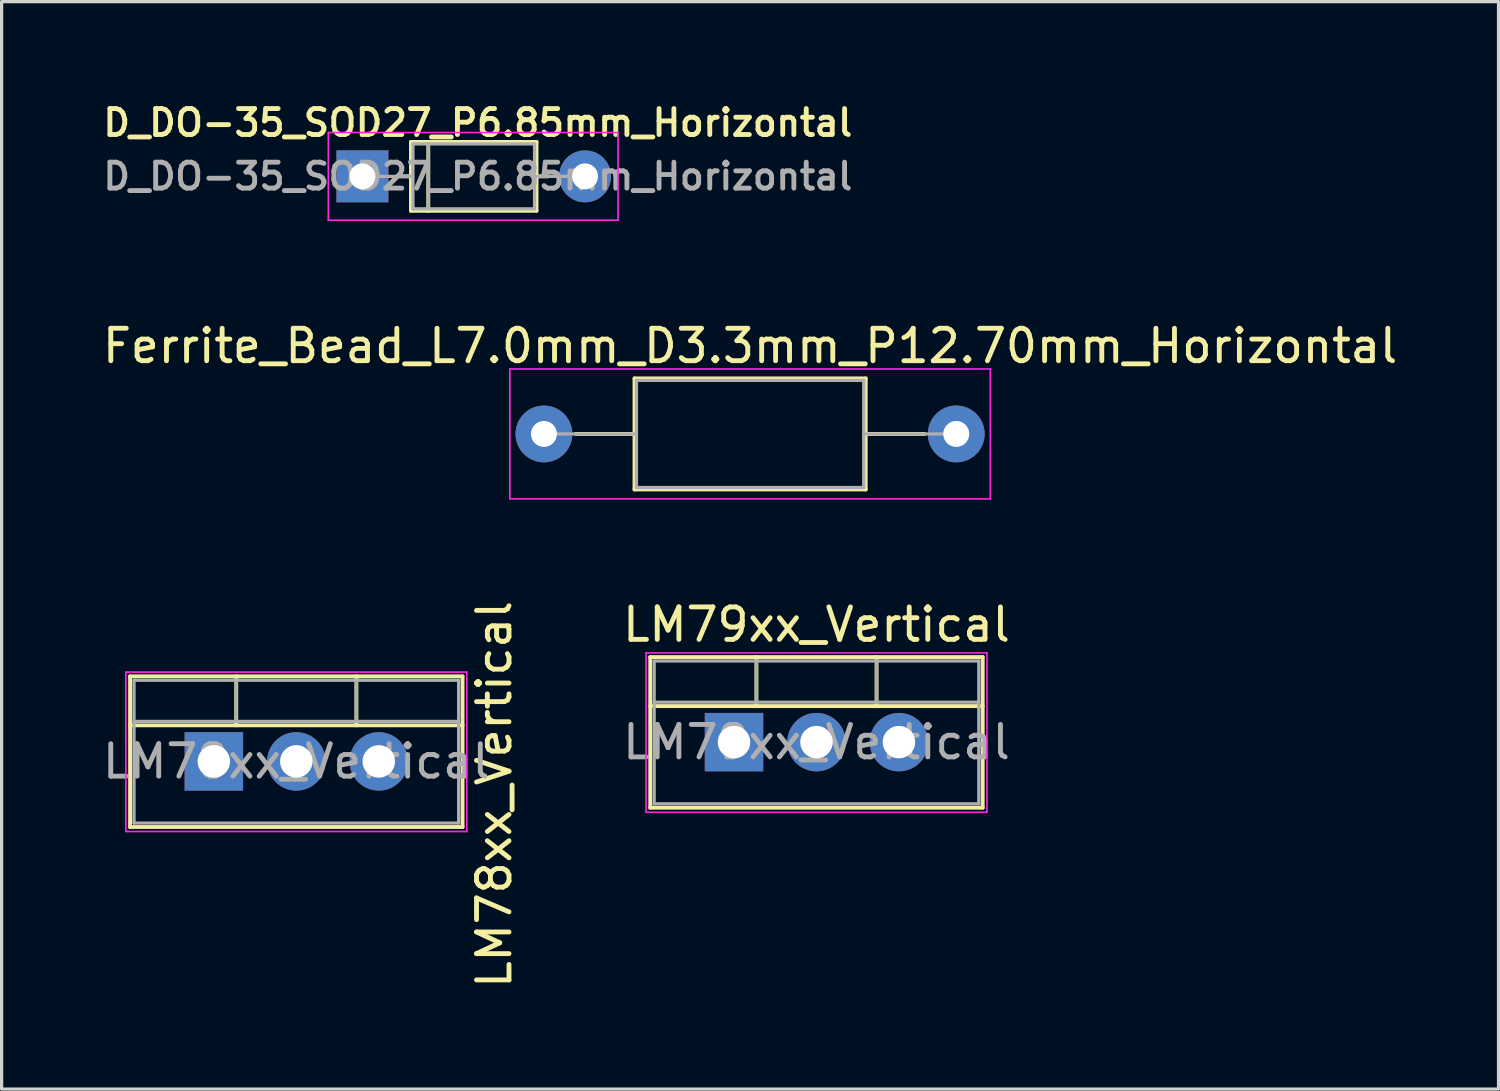
<source format=kicad_pcb>
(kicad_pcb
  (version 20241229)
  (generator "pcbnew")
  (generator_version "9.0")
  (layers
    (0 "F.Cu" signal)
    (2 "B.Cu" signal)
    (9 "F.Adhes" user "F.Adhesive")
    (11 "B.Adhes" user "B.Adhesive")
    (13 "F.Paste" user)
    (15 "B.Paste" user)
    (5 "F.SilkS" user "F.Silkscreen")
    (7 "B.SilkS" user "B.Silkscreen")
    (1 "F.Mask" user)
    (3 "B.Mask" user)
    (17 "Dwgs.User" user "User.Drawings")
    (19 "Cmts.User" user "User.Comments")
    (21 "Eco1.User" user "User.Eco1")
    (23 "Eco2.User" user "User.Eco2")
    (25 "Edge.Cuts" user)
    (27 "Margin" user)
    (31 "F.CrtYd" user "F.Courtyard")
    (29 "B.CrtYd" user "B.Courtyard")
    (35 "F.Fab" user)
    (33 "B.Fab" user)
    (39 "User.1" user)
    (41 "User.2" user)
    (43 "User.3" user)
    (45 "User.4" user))
  (footprint "LM79xx_Vertical"
    (layer "F.Cu")
    (at 19.559 19.809)
    (property "Reference" "LM79xx_Vertical" (at 2.54 -3.62 0) (layer "F.SilkS") (effects (font (size 1 1) (thickness 0.15))))
    (attr through_hole)
    (fp_line (start -2.58 -2.62) (end -2.58 2.021) (stroke (width 0.12) (type solid)) (layer "F.SilkS"))
    (fp_line (start -2.58 -2.62) (end 7.66 -2.62) (stroke (width 0.12) (type solid)) (layer "F.SilkS"))
    (fp_line (start -2.58 -1.11) (end 7.66 -1.11) (stroke (width 0.12) (type solid)) (layer "F.SilkS"))
    (fp_line (start -2.58 2.021) (end 7.66 2.021) (stroke (width 0.12) (type solid)) (layer "F.SilkS"))
    (fp_line (start 0.69 -2.62) (end 0.69 -1.11) (stroke (width 0.12) (type solid)) (layer "F.SilkS"))
    (fp_line (start 4.391 -2.62) (end 4.391 -1.11) (stroke (width 0.12) (type solid)) (layer "F.SilkS"))
    (fp_line (start 7.66 -2.62) (end 7.66 2.021) (stroke (width 0.12) (type solid)) (layer "F.SilkS"))
    (fp_line (start -2.71 -2.75) (end -2.71 2.16) (stroke (width 0.05) (type solid)) (layer "F.CrtYd"))
    (fp_line (start -2.71 2.16) (end 7.79 2.16) (stroke (width 0.05) (type solid)) (layer "F.CrtYd"))
    (fp_line (start 7.79 -2.75) (end -2.71 -2.75) (stroke (width 0.05) (type solid)) (layer "F.CrtYd"))
    (fp_line (start 7.79 2.16) (end 7.79 -2.75) (stroke (width 0.05) (type solid)) (layer "F.CrtYd"))
    (fp_line (start -2.46 -2.5) (end -2.46 1.9) (stroke (width 0.1) (type solid)) (layer "F.Fab"))
    (fp_line (start -2.46 -1.23) (end 7.54 -1.23) (stroke (width 0.1) (type solid)) (layer "F.Fab"))
    (fp_line (start -2.46 1.9) (end 7.54 1.9) (stroke (width 0.1) (type solid)) (layer "F.Fab"))
    (fp_line (start 0.69 -2.5) (end 0.69 -1.23) (stroke (width 0.1) (type solid)) (layer "F.Fab"))
    (fp_line (start 4.39 -2.5) (end 4.39 -1.23) (stroke (width 0.1) (type solid)) (layer "F.Fab"))
    (fp_line (start 7.54 -2.5) (end -2.46 -2.5) (stroke (width 0.1) (type solid)) (layer "F.Fab"))
    (fp_line (start 7.54 1.9) (end 7.54 -2.5) (stroke (width 0.1) (type solid)) (layer "F.Fab"))
    (fp_text user "${REFERENCE}" (at 2.54 0 0) (layer "F.Fab") (effects (font (size 1 1) (thickness 0.15))))
    (pad "GND" thru_hole rect (at 0 0) (size 1.8 1.8) (drill 1) (layers "*.Cu" "*.Mask"))
    (pad "VI" thru_hole oval (at 2.54 0) (size 1.8 1.8) (drill 1) (layers "*.Cu" "*.Mask"))
    (pad "VO" thru_hole oval (at 5.08 0) (size 1.8 1.8) (drill 1) (layers "*.Cu" "*.Mask")))
  (footprint "Ferrite_Bead_L7.0mm_D3.3mm_P12.70mm_Horizontal"
    (layer "F.Cu")
    (at 13.704 10.316)
    (property "Reference" "Ferrite_Bead_L7.0mm_D3.3mm_P12.70mm_Horizontal" (at 6.35 -2.71 0) (layer "F.SilkS") (effects (font (size 1 1) (thickness 0.15))))
    (attr through_hole)
    (fp_line (start 0.98 0) (end 2.79 0) (stroke (width 0.12) (type solid)) (layer "F.SilkS"))
    (fp_line (start 2.79 -1.71) (end 2.79 1.71) (stroke (width 0.12) (type solid)) (layer "F.SilkS"))
    (fp_line (start 2.79 1.71) (end 9.91 1.71) (stroke (width 0.12) (type solid)) (layer "F.SilkS"))
    (fp_line (start 9.91 -1.71) (end 2.79 -1.71) (stroke (width 0.12) (type solid)) (layer "F.SilkS"))
    (fp_line (start 9.91 1.71) (end 9.91 -1.71) (stroke (width 0.12) (type solid)) (layer "F.SilkS"))
    (fp_line (start 11.72 0) (end 9.91 0) (stroke (width 0.12) (type solid)) (layer "F.SilkS"))
    (fp_line (start -1.05 -2) (end -1.05 2) (stroke (width 0.05) (type solid)) (layer "F.CrtYd"))
    (fp_line (start -1.05 2) (end 13.75 2) (stroke (width 0.05) (type solid)) (layer "F.CrtYd"))
    (fp_line (start 13.75 -2) (end -1.05 -2) (stroke (width 0.05) (type solid)) (layer "F.CrtYd"))
    (fp_line (start 13.75 2) (end 13.75 -2) (stroke (width 0.05) (type solid)) (layer "F.CrtYd"))
    (fp_line (start 0 0) (end 2.85 0) (stroke (width 0.1) (type solid)) (layer "F.Fab"))
    (fp_line (start 2.85 -1.65) (end 2.85 1.65) (stroke (width 0.1) (type solid)) (layer "F.Fab"))
    (fp_line (start 2.85 1.65) (end 9.85 1.65) (stroke (width 0.1) (type solid)) (layer "F.Fab"))
    (fp_line (start 9.85 -1.65) (end 2.85 -1.65) (stroke (width 0.1) (type solid)) (layer "F.Fab"))
    (fp_line (start 9.85 1.65) (end 9.85 -1.65) (stroke (width 0.1) (type solid)) (layer "F.Fab"))
    (fp_line (start 12.7 0) (end 9.85 0) (stroke (width 0.1) (type solid)) (layer "F.Fab"))
    (pad "1" thru_hole circle (at 0 0) (size 1.75 1.75) (drill 0.8) (layers "*.Cu" "*.Mask"))
    (pad "2" thru_hole circle (at 12.7 0) (size 1.75 1.75) (drill 0.8) (layers "*.Cu" "*.Mask")))
  (footprint "LM78xx_Vertical"
    (layer "F.Cu")
    (at 3.537 20.402)
    (property "Reference" "LM78xx_Vertical" (at 8.636 1.016 90) (layer "F.SilkS") (effects (font (size 1 1) (thickness 0.15))))
    (attr through_hole)
    (fp_line (start -2.58 -2.62) (end -2.58 2.021) (stroke (width 0.12) (type solid)) (layer "F.SilkS"))
    (fp_line (start -2.58 -2.62) (end 7.66 -2.62) (stroke (width 0.12) (type solid)) (layer "F.SilkS"))
    (fp_line (start -2.58 -1.11) (end 7.66 -1.11) (stroke (width 0.12) (type solid)) (layer "F.SilkS"))
    (fp_line (start -2.58 2.021) (end 7.66 2.021) (stroke (width 0.12) (type solid)) (layer "F.SilkS"))
    (fp_line (start 0.69 -2.62) (end 0.69 -1.11) (stroke (width 0.12) (type solid)) (layer "F.SilkS"))
    (fp_line (start 4.391 -2.62) (end 4.391 -1.11) (stroke (width 0.12) (type solid)) (layer "F.SilkS"))
    (fp_line (start 7.66 -2.62) (end 7.66 2.021) (stroke (width 0.12) (type solid)) (layer "F.SilkS"))
    (fp_line (start -2.71 -2.75) (end -2.71 2.16) (stroke (width 0.05) (type solid)) (layer "F.CrtYd"))
    (fp_line (start -2.71 2.16) (end 7.79 2.16) (stroke (width 0.05) (type solid)) (layer "F.CrtYd"))
    (fp_line (start 7.79 -2.75) (end -2.71 -2.75) (stroke (width 0.05) (type solid)) (layer "F.CrtYd"))
    (fp_line (start 7.79 2.16) (end 7.79 -2.75) (stroke (width 0.05) (type solid)) (layer "F.CrtYd"))
    (fp_line (start -2.46 -2.5) (end -2.46 1.9) (stroke (width 0.1) (type solid)) (layer "F.Fab"))
    (fp_line (start -2.46 -1.23) (end 7.54 -1.23) (stroke (width 0.1) (type solid)) (layer "F.Fab"))
    (fp_line (start -2.46 1.9) (end 7.54 1.9) (stroke (width 0.1) (type solid)) (layer "F.Fab"))
    (fp_line (start 0.69 -2.5) (end 0.69 -1.23) (stroke (width 0.1) (type solid)) (layer "F.Fab"))
    (fp_line (start 4.39 -2.5) (end 4.39 -1.23) (stroke (width 0.1) (type solid)) (layer "F.Fab"))
    (fp_line (start 7.54 -2.5) (end -2.46 -2.5) (stroke (width 0.1) (type solid)) (layer "F.Fab"))
    (fp_line (start 7.54 1.9) (end 7.54 -2.5) (stroke (width 0.1) (type solid)) (layer "F.Fab"))
    (fp_text user "${REFERENCE}" (at 2.54 0 0) (layer "F.Fab") (effects (font (size 1 1) (thickness 0.15))))
    (pad "GND" thru_hole oval (at 2.54 0) (size 1.8 1.8) (drill 1) (layers "*.Cu" "*.Mask"))
    (pad "VI" thru_hole rect (at 0 0) (size 1.8 1.8) (drill 1) (layers "*.Cu" "*.Mask"))
    (pad "VO" thru_hole oval (at 5.08 0) (size 1.8 1.8) (drill 1) (layers "*.Cu" "*.Mask")))
  (footprint "D_DO-35_SOD27_P6.85mm_Horizontal"
    (layer "F.Cu")
    (at 8.113 2.382)
    (property "Reference" "D_DO-35_SOD27_P6.85mm_Horizontal" (at 3.556 -1.651 0) (layer "F.SilkS") (effects (font (size 0.8 0.8) (thickness 0.15))))
    (attr through_hole)
    (fp_line (start 1.143 0) (end 1.524 0) (stroke (width 0.12) (type solid)) (layer "F.SilkS"))
    (fp_line (start 1.496 -1.06) (end 1.496 1.06) (stroke (width 0.12) (type solid)) (layer "F.SilkS"))
    (fp_line (start 1.496 1.06) (end 5.362 1.06) (stroke (width 0.12) (type solid)) (layer "F.SilkS"))
    (fp_line (start 2.029 -1.06) (end 2.029 1.06) (stroke (width 0.12) (type solid)) (layer "F.SilkS"))
    (fp_line (start 5.362 -1.06) (end 1.496 -1.06) (stroke (width 0.12) (type solid)) (layer "F.SilkS"))
    (fp_line (start 5.362 1.06) (end 5.362 -1.06) (stroke (width 0.12) (type solid)) (layer "F.SilkS"))
    (fp_line (start 5.715 0) (end 5.397 0) (stroke (width 0.12) (type solid)) (layer "F.SilkS"))
    (fp_line (start -1.05 -1.35) (end -1.05 1.35) (stroke (width 0.05) (type solid)) (layer "F.CrtYd"))
    (fp_line (start -1.05 1.35) (end 7.874 1.35) (stroke (width 0.05) (type solid)) (layer "F.CrtYd"))
    (fp_line (start 7.874 -1.35) (end -1.05 -1.35) (stroke (width 0.05) (type solid)) (layer "F.CrtYd"))
    (fp_line (start 7.874 1.35) (end 7.874 -1.35) (stroke (width 0.05) (type solid)) (layer "F.CrtYd"))
    (fp_line (start 0 0) (end 1.524 0) (stroke (width 0.1) (type solid)) (layer "F.Fab"))
    (fp_line (start 1.556 -1) (end 1.556 1) (stroke (width 0.1) (type solid)) (layer "F.Fab"))
    (fp_line (start 1.556 1) (end 5.302 1) (stroke (width 0.1) (type solid)) (layer "F.Fab"))
    (fp_line (start 2.029 -1) (end 2.029 1) (stroke (width 0.1) (type solid)) (layer "F.Fab"))
    (fp_line (start 5.302 -1) (end 1.556 -1) (stroke (width 0.1) (type solid)) (layer "F.Fab"))
    (fp_line (start 5.302 1) (end 5.302 -1) (stroke (width 0.1) (type solid)) (layer "F.Fab"))
    (fp_line (start 6.731 0) (end 5.334 0) (stroke (width 0.1) (type solid)) (layer "F.Fab"))
    (fp_text user "${REFERENCE}" (at 3.556 0 0) (layer "F.Fab") (effects (font (size 0.8 0.8) (thickness 0.15))))
    (pad "1" thru_hole rect (at 0 0) (size 1.6 1.6) (drill 0.8) (layers "*.Cu" "*.Mask"))
    (pad "2" thru_hole oval (at 6.858 0) (size 1.6 1.6) (drill 0.8) (layers "*.Cu" "*.Mask")))
  (gr_rect
    (start -3 -3)
    (end 43.107 30.495)
    (stroke (width 0.1) (type default))
    (fill no)
    (layer "Edge.Cuts")))
</source>
